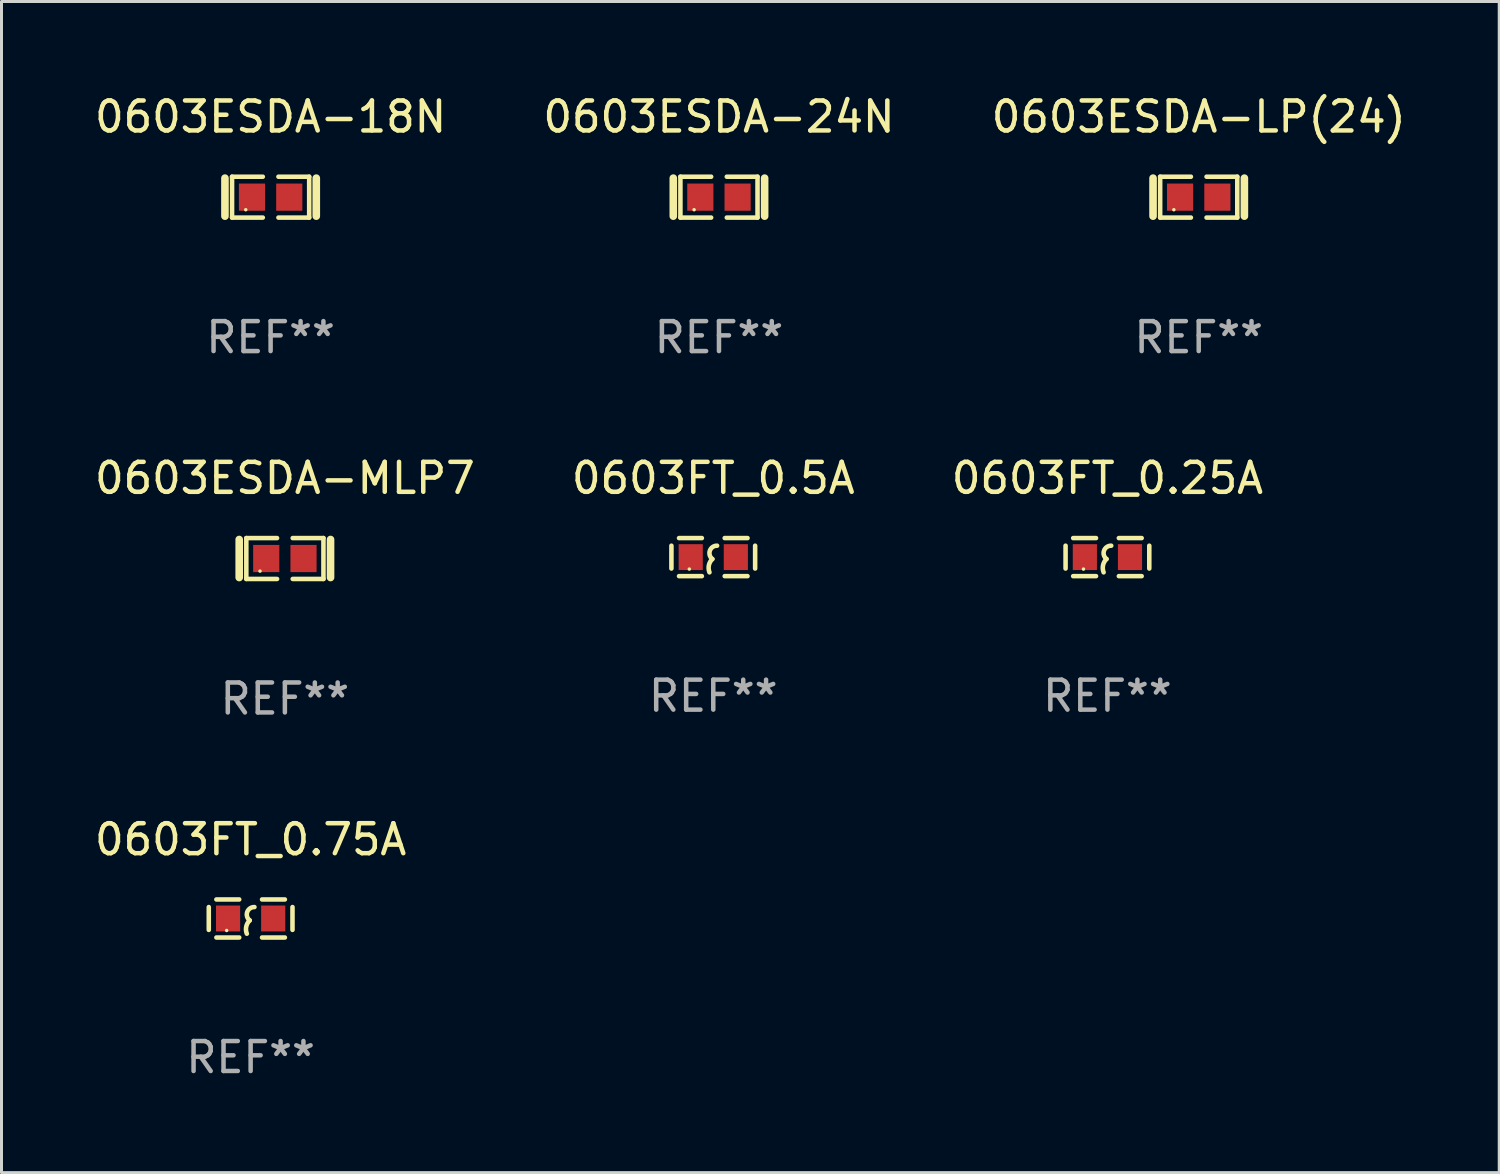
<source format=kicad_pcb>
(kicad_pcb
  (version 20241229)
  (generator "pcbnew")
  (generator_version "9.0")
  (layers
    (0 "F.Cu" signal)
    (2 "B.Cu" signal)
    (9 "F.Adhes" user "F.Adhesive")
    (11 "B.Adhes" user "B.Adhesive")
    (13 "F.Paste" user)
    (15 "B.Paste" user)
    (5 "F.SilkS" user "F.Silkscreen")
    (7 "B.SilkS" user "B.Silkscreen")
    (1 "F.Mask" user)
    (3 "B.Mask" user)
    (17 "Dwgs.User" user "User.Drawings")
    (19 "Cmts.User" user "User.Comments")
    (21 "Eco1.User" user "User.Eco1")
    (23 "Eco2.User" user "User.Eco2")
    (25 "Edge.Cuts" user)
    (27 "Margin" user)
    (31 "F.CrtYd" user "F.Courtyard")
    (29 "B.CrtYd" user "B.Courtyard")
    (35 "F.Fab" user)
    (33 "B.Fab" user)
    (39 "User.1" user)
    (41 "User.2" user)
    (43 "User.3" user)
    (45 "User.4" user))
  (footprint "0603FT_0.25A"
    (layer "F.Cu")
    (at 33.911 15.544)
    (property "Reference" "0603FT_0.25A" (at 0 -2.635 0) (layer "F.SilkS") (effects (font (size 1 1) (thickness 0.15))))
    (attr through_hole)
    (fp_line (start -1.397 -0.381) (end -1.397 0.381) (stroke (width 0.152) (type solid)) (layer "F.SilkS"))
    (fp_line (start -0.381 -0.635) (end -1.143 -0.635) (stroke (width 0.152) (type solid)) (layer "F.SilkS"))
    (fp_line (start -0.381 0.635) (end -1.143 0.635) (stroke (width 0.152) (type solid)) (layer "F.SilkS"))
    (fp_line (start 0.381 -0.635) (end 1.143 -0.635) (stroke (width 0.152) (type solid)) (layer "F.SilkS"))
    (fp_line (start 0.381 0.635) (end 1.143 0.635) (stroke (width 0.152) (type solid)) (layer "F.SilkS"))
    (fp_line (start 1.397 -0.381) (end 1.397 0.381) (stroke (width 0.152) (type solid)) (layer "F.SilkS"))
    (fp_arc (start -0.127 0.508001) (mid -0.146523 0.271131) (end -0.030861 0.0635) (stroke (width 0.151994) (type solid)) (layer "F.SilkS"))
    (fp_arc (start -0.03175 0.0635) (mid -0.113571 -0.216321) (end 0.127001 -0.381002) (stroke (width 0.151994) (type solid)) (layer "F.SilkS"))
    (fp_circle (center -0.8 0.4) (end -0.77 0.4) (stroke (width 0.06) (type solid)) (fill no) (layer "F.SilkS"))
    (fp_text user "REF**" (at 0 4.635 0) (layer "F.Fab") (effects (font (size 1 1) (thickness 0.15))))
    (pad "1" smd rect (at -0.753 0) (size 0.806 0.864) (layers "F.Cu" "F.Mask" "F.Paste"))
    (pad "2" smd rect (at 0.753 0) (size 0.806 0.864) (layers "F.Cu" "F.Mask" "F.Paste")))
  (footprint "0603ESDA-LP(24)"
    (layer "F.Cu")
    (at 36.958 3.53)
    (property "Reference" "0603ESDA-LP(24)" (at 0 -2.682 0) (layer "F.SilkS") (effects (font (size 1 1) (thickness 0.15))))
    (attr through_hole)
    (fp_line (start -1.524 -0.635) (end -1.524 0.635) (stroke (width 0.254) (type solid)) (layer "F.SilkS"))
    (fp_line (start -1.287 -0.682) (end -0.261 -0.682) (stroke (width 0.152) (type solid)) (layer "F.SilkS"))
    (fp_line (start -1.287 0.682) (end -1.287 -0.682) (stroke (width 0.152) (type solid)) (layer "F.SilkS"))
    (fp_line (start -0.261 0.682) (end -1.287 0.682) (stroke (width 0.152) (type solid)) (layer "F.SilkS"))
    (fp_line (start 0.261 0.682) (end 1.287 0.682) (stroke (width 0.152) (type solid)) (layer "F.SilkS"))
    (fp_line (start 1.287 -0.682) (end 0.261 -0.682) (stroke (width 0.152) (type solid)) (layer "F.SilkS"))
    (fp_line (start 1.287 0.682) (end 1.287 -0.682) (stroke (width 0.152) (type solid)) (layer "F.SilkS"))
    (fp_line (start 1.524 -0.635) (end 1.524 0.635) (stroke (width 0.254) (type solid)) (layer "F.SilkS"))
    (fp_circle (center -0.83 0.42) (end -0.8 0.42) (stroke (width 0.06) (type solid)) (fill no) (layer "F.SilkS"))
    (fp_text user "REF**" (at 0 4.682 0) (layer "F.Fab") (effects (font (size 1 1) (thickness 0.15))))
    (pad "1" smd rect (at -0.622 0) (size 0.873 0.907) (layers "F.Cu" "F.Mask" "F.Paste"))
    (pad "2" smd rect (at 0.622 0) (size 0.873 0.907) (layers "F.Cu" "F.Mask" "F.Paste")))
  (footprint "0603ESDA-24N"
    (layer "F.Cu")
    (at 20.946 3.53)
    (property "Reference" "0603ESDA-24N" (at 0 -2.682 0) (layer "F.SilkS") (effects (font (size 1 1) (thickness 0.15))))
    (attr through_hole)
    (fp_line (start -1.524 -0.635) (end -1.524 0.635) (stroke (width 0.254) (type solid)) (layer "F.SilkS"))
    (fp_line (start -1.287 -0.682) (end -0.261 -0.682) (stroke (width 0.152) (type solid)) (layer "F.SilkS"))
    (fp_line (start -1.287 0.682) (end -1.287 -0.682) (stroke (width 0.152) (type solid)) (layer "F.SilkS"))
    (fp_line (start -0.261 0.682) (end -1.287 0.682) (stroke (width 0.152) (type solid)) (layer "F.SilkS"))
    (fp_line (start 0.261 0.682) (end 1.287 0.682) (stroke (width 0.152) (type solid)) (layer "F.SilkS"))
    (fp_line (start 1.287 -0.682) (end 0.261 -0.682) (stroke (width 0.152) (type solid)) (layer "F.SilkS"))
    (fp_line (start 1.287 0.682) (end 1.287 -0.682) (stroke (width 0.152) (type solid)) (layer "F.SilkS"))
    (fp_line (start 1.524 -0.635) (end 1.524 0.635) (stroke (width 0.254) (type solid)) (layer "F.SilkS"))
    (fp_circle (center -0.83 0.42) (end -0.8 0.42) (stroke (width 0.06) (type solid)) (fill no) (layer "F.SilkS"))
    (fp_text user "REF**" (at 0 4.682 0) (layer "F.Fab") (effects (font (size 1 1) (thickness 0.15))))
    (pad "1" smd rect (at -0.622 0) (size 0.873 0.907) (layers "F.Cu" "F.Mask" "F.Paste"))
    (pad "2" smd rect (at 0.622 0) (size 0.873 0.907) (layers "F.Cu" "F.Mask" "F.Paste")))
  (footprint "0603ESDA-18N"
    (layer "F.Cu")
    (at 5.982 3.53)
    (property "Reference" "0603ESDA-18N" (at 0 -2.682 0) (layer "F.SilkS") (effects (font (size 1 1) (thickness 0.15))))
    (attr through_hole)
    (fp_line (start -1.524 -0.635) (end -1.524 0.635) (stroke (width 0.254) (type solid)) (layer "F.SilkS"))
    (fp_line (start -1.287 -0.682) (end -0.261 -0.682) (stroke (width 0.152) (type solid)) (layer "F.SilkS"))
    (fp_line (start -1.287 0.682) (end -1.287 -0.682) (stroke (width 0.152) (type solid)) (layer "F.SilkS"))
    (fp_line (start -0.261 0.682) (end -1.287 0.682) (stroke (width 0.152) (type solid)) (layer "F.SilkS"))
    (fp_line (start 0.261 0.682) (end 1.287 0.682) (stroke (width 0.152) (type solid)) (layer "F.SilkS"))
    (fp_line (start 1.287 -0.682) (end 0.261 -0.682) (stroke (width 0.152) (type solid)) (layer "F.SilkS"))
    (fp_line (start 1.287 0.682) (end 1.287 -0.682) (stroke (width 0.152) (type solid)) (layer "F.SilkS"))
    (fp_line (start 1.524 -0.635) (end 1.524 0.635) (stroke (width 0.254) (type solid)) (layer "F.SilkS"))
    (fp_circle (center -0.83 0.42) (end -0.8 0.42) (stroke (width 0.06) (type solid)) (fill no) (layer "F.SilkS"))
    (fp_text user "REF**" (at 0 4.682 0) (layer "F.Fab") (effects (font (size 1 1) (thickness 0.15))))
    (pad "1" smd rect (at -0.622 0) (size 0.873 0.907) (layers "F.Cu" "F.Mask" "F.Paste"))
    (pad "2" smd rect (at 0.622 0) (size 0.873 0.907) (layers "F.Cu" "F.Mask" "F.Paste")))
  (footprint "0603ESDA-MLP7"
    (layer "F.Cu")
    (at 6.458 15.591)
    (property "Reference" "0603ESDA-MLP7" (at 0 -2.682 0) (layer "F.SilkS") (effects (font (size 1 1) (thickness 0.15))))
    (attr through_hole)
    (fp_line (start -1.524 -0.635) (end -1.524 0.635) (stroke (width 0.254) (type solid)) (layer "F.SilkS"))
    (fp_line (start -1.287 -0.682) (end -0.261 -0.682) (stroke (width 0.152) (type solid)) (layer "F.SilkS"))
    (fp_line (start -1.287 0.682) (end -1.287 -0.682) (stroke (width 0.152) (type solid)) (layer "F.SilkS"))
    (fp_line (start -0.261 0.682) (end -1.287 0.682) (stroke (width 0.152) (type solid)) (layer "F.SilkS"))
    (fp_line (start 0.261 0.682) (end 1.287 0.682) (stroke (width 0.152) (type solid)) (layer "F.SilkS"))
    (fp_line (start 1.287 -0.682) (end 0.261 -0.682) (stroke (width 0.152) (type solid)) (layer "F.SilkS"))
    (fp_line (start 1.287 0.682) (end 1.287 -0.682) (stroke (width 0.152) (type solid)) (layer "F.SilkS"))
    (fp_line (start 1.524 -0.635) (end 1.524 0.635) (stroke (width 0.254) (type solid)) (layer "F.SilkS"))
    (fp_circle (center -0.83 0.42) (end -0.8 0.42) (stroke (width 0.06) (type solid)) (fill no) (layer "F.SilkS"))
    (fp_text user "REF**" (at 0 4.682 0) (layer "F.Fab") (effects (font (size 1 1) (thickness 0.15))))
    (pad "1" smd rect (at -0.622 0) (size 0.873 0.907) (layers "F.Cu" "F.Mask" "F.Paste"))
    (pad "2" smd rect (at 0.622 0) (size 0.873 0.907) (layers "F.Cu" "F.Mask" "F.Paste")))
  (footprint "0603FT_0.5A"
    (layer "F.Cu")
    (at 20.756 15.544)
    (property "Reference" "0603FT_0.5A" (at 0 -2.635 0) (layer "F.SilkS") (effects (font (size 1 1) (thickness 0.15))))
    (attr through_hole)
    (fp_line (start -1.397 -0.381) (end -1.397 0.381) (stroke (width 0.152) (type solid)) (layer "F.SilkS"))
    (fp_line (start -0.381 -0.635) (end -1.143 -0.635) (stroke (width 0.152) (type solid)) (layer "F.SilkS"))
    (fp_line (start -0.381 0.635) (end -1.143 0.635) (stroke (width 0.152) (type solid)) (layer "F.SilkS"))
    (fp_line (start 0.381 -0.635) (end 1.143 -0.635) (stroke (width 0.152) (type solid)) (layer "F.SilkS"))
    (fp_line (start 0.381 0.635) (end 1.143 0.635) (stroke (width 0.152) (type solid)) (layer "F.SilkS"))
    (fp_line (start 1.397 -0.381) (end 1.397 0.381) (stroke (width 0.152) (type solid)) (layer "F.SilkS"))
    (fp_arc (start -0.127 0.508001) (mid -0.146523 0.271131) (end -0.030861 0.0635) (stroke (width 0.151994) (type solid)) (layer "F.SilkS"))
    (fp_arc (start -0.03175 0.0635) (mid -0.113571 -0.216321) (end 0.127001 -0.381002) (stroke (width 0.151994) (type solid)) (layer "F.SilkS"))
    (fp_circle (center -0.8 0.4) (end -0.77 0.4) (stroke (width 0.06) (type solid)) (fill no) (layer "F.SilkS"))
    (fp_text user "REF**" (at 0 4.635 0) (layer "F.Fab") (effects (font (size 1 1) (thickness 0.15))))
    (pad "1" smd rect (at -0.753 0) (size 0.806 0.864) (layers "F.Cu" "F.Mask" "F.Paste"))
    (pad "2" smd rect (at 0.753 0) (size 0.806 0.864) (layers "F.Cu" "F.Mask" "F.Paste")))
  (footprint "0603FT_0.75A"
    (layer "F.Cu")
    (at 5.315 27.605)
    (property "Reference" "0603FT_0.75A" (at 0 -2.635 0) (layer "F.SilkS") (effects (font (size 1 1) (thickness 0.15))))
    (attr through_hole)
    (fp_line (start -1.397 -0.381) (end -1.397 0.381) (stroke (width 0.152) (type solid)) (layer "F.SilkS"))
    (fp_line (start -0.381 -0.635) (end -1.143 -0.635) (stroke (width 0.152) (type solid)) (layer "F.SilkS"))
    (fp_line (start -0.381 0.635) (end -1.143 0.635) (stroke (width 0.152) (type solid)) (layer "F.SilkS"))
    (fp_line (start 0.381 -0.635) (end 1.143 -0.635) (stroke (width 0.152) (type solid)) (layer "F.SilkS"))
    (fp_line (start 0.381 0.635) (end 1.143 0.635) (stroke (width 0.152) (type solid)) (layer "F.SilkS"))
    (fp_line (start 1.397 -0.381) (end 1.397 0.381) (stroke (width 0.152) (type solid)) (layer "F.SilkS"))
    (fp_arc (start -0.127 0.508001) (mid -0.146523 0.271131) (end -0.030861 0.0635) (stroke (width 0.151994) (type solid)) (layer "F.SilkS"))
    (fp_arc (start -0.03175 0.0635) (mid -0.113571 -0.216321) (end 0.127001 -0.381002) (stroke (width 0.151994) (type solid)) (layer "F.SilkS"))
    (fp_circle (center -0.8 0.4) (end -0.77 0.4) (stroke (width 0.06) (type solid)) (fill no) (layer "F.SilkS"))
    (fp_text user "REF**" (at 0 4.635 0) (layer "F.Fab") (effects (font (size 1 1) (thickness 0.15))))
    (pad "1" smd rect (at -0.753 0) (size 0.806 0.864) (layers "F.Cu" "F.Mask" "F.Paste"))
    (pad "2" smd rect (at 0.753 0) (size 0.806 0.864) (layers "F.Cu" "F.Mask" "F.Paste")))
  (gr_rect
    (start -3 -3)
    (end 46.988 36.088)
    (stroke (width 0.1) (type default))
    (fill no)
    (layer "Edge.Cuts")))
</source>
